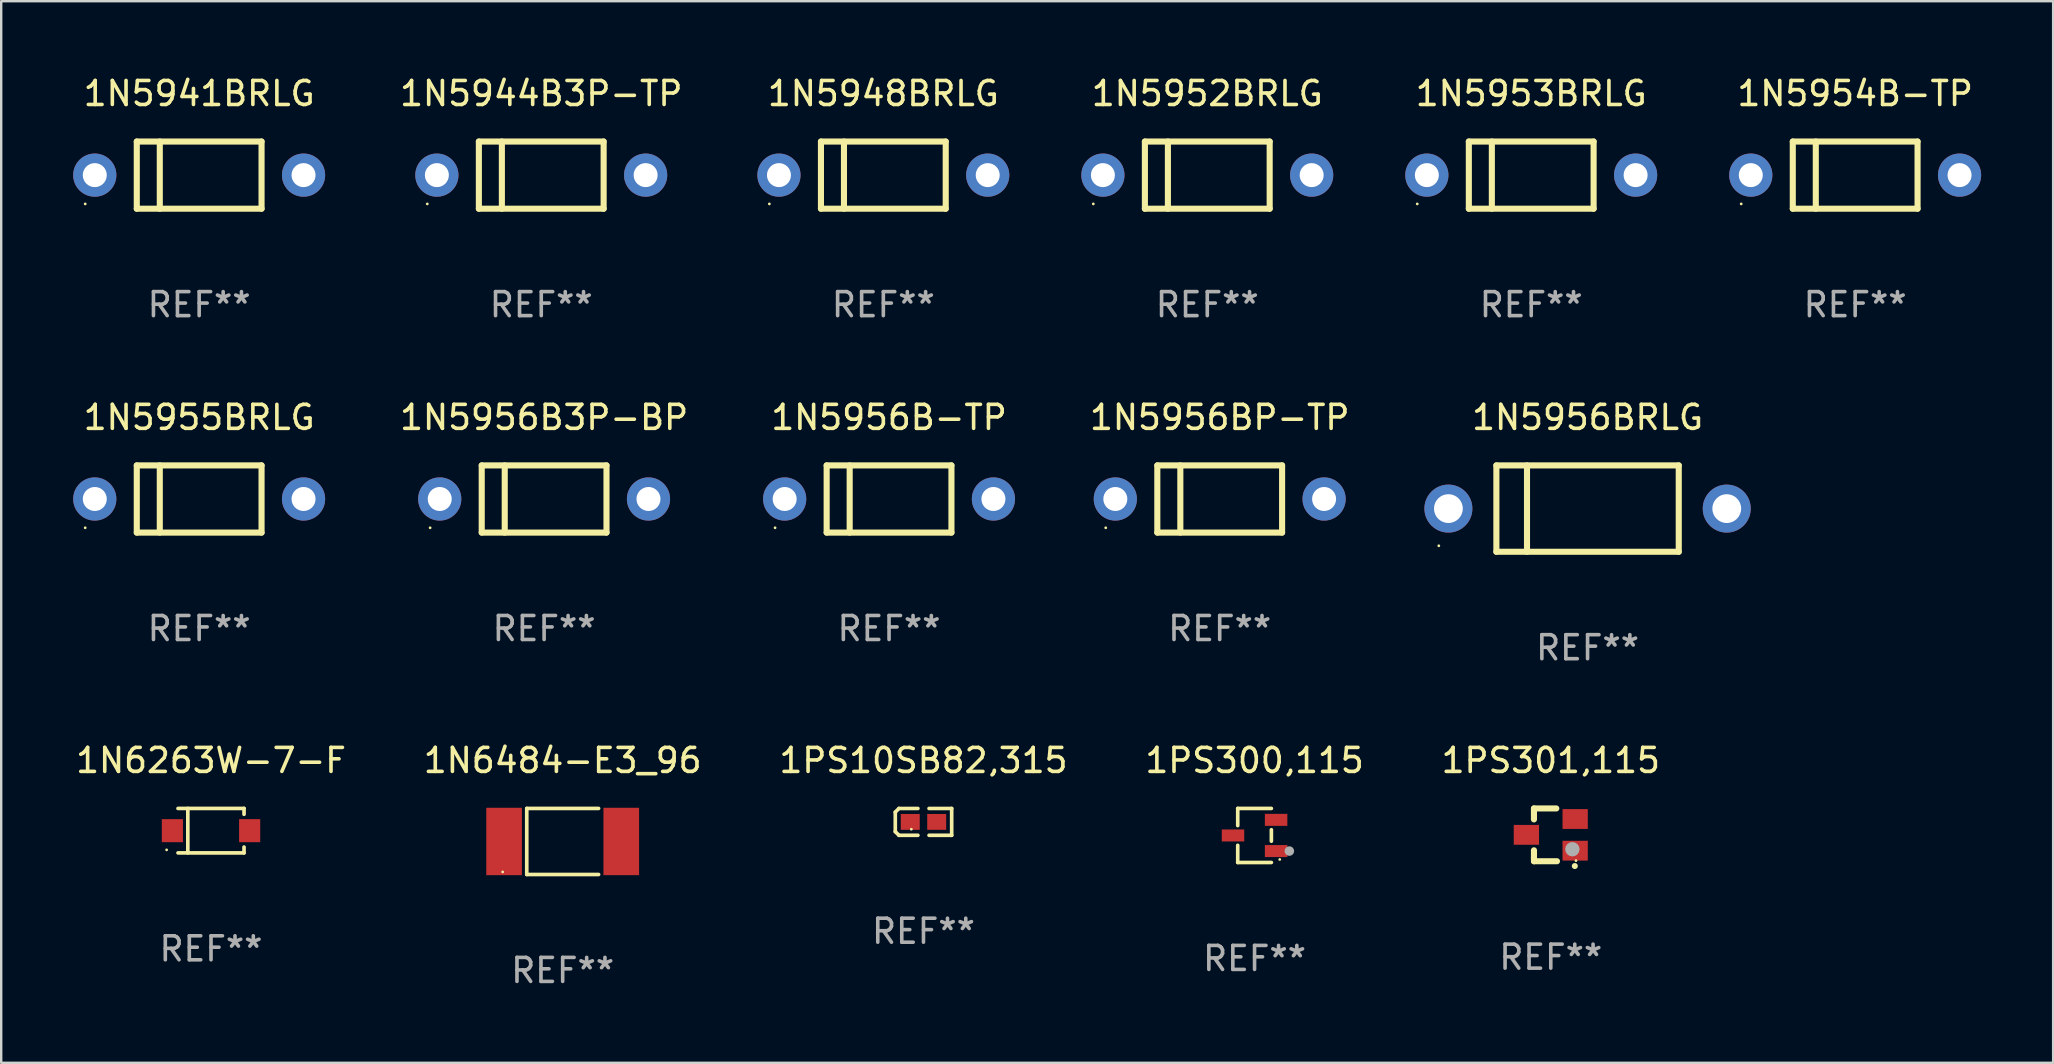
<source format=kicad_pcb>
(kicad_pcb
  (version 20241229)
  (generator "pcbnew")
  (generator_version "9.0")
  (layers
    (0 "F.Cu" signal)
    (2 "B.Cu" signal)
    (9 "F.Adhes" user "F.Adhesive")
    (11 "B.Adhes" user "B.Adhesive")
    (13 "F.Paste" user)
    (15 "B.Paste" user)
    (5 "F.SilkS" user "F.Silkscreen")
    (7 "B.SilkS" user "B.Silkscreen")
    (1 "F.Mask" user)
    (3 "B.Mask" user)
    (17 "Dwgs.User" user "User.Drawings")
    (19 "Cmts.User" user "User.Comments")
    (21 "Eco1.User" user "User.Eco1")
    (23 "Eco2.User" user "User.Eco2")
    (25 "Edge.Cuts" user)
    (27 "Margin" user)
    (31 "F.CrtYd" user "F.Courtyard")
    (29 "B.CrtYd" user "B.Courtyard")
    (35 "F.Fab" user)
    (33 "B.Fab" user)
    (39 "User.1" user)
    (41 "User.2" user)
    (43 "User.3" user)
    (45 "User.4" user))
  (footprint "1N6484-E3_96"
    (layer "F.Cu")
    (at 20.399 32.017)
    (property "Reference" "1N6484-E3_96" (at 0 -3.376 0) (layer "F.SilkS") (effects (font (size 1 1) (thickness 0.15))))
    (attr through_hole)
    (fp_line (start -1.497 -1.376) (end -1.497 1.376) (stroke (width 0.152) (type solid)) (layer "F.SilkS"))
    (fp_line (start -1.497 -1.376) (end 1.497 -1.376) (stroke (width 0.152) (type solid)) (layer "F.SilkS"))
    (fp_line (start -1.497 1.376) (end 1.497 1.376) (stroke (width 0.152) (type solid)) (layer "F.SilkS"))
    (fp_circle (center -2.5 1.27) (end -2.47 1.27) (stroke (width 0.06) (type solid)) (fill no) (layer "F.SilkS"))
    (fp_text user "REF**" (at 0 5.376 0) (layer "F.Fab") (effects (font (size 1 1) (thickness 0.15))))
    (pad "1" smd rect (at -2.442 0 180) (size 1.485 2.808) (layers "F.Cu" "F.Mask" "F.Paste"))
    (pad "2" smd rect (at 2.442 0 180) (size 1.485 2.808) (layers "F.Cu" "F.Mask" "F.Paste")))
  (footprint "1N5956BP-TP"
    (layer "F.Cu")
    (at 47.78 17.745)
    (property "Reference" "1N5956BP-TP" (at 0 -3.4 0) (layer "F.SilkS") (effects (font (size 1 1) (thickness 0.15))))
    (attr through_hole)
    (fp_line (start -2.6 -1.4) (end -2.6 1.4) (stroke (width 0.254) (type solid)) (layer "F.SilkS"))
    (fp_line (start -2.6 -1.4) (end 2.6 -1.4) (stroke (width 0.254) (type solid)) (layer "F.SilkS"))
    (fp_line (start -2.6 1.4) (end 2.6 1.4) (stroke (width 0.254) (type solid)) (layer "F.SilkS"))
    (fp_line (start -1.641 -1.4) (end -1.641 1.4) (stroke (width 0.254) (type solid)) (layer "F.SilkS"))
    (fp_line (start 2.6 -1.4) (end 2.6 1.4) (stroke (width 0.254) (type solid)) (layer "F.SilkS"))
    (fp_circle (center -4.75 1.2) (end -4.72 1.2) (stroke (width 0.06) (type solid)) (fill no) (layer "F.SilkS"))
    (fp_text user "REF**" (at 0 5.4 0) (layer "F.Fab") (effects (font (size 1 1) (thickness 0.15))))
    (pad "1" thru_hole circle (at -4.35 0) (size 1.8 1.8) (drill 1) (layers "*.Cu" "*.Mask"))
    (pad "2" thru_hole circle (at 4.35 0) (size 1.8 1.8) (drill 1) (layers "*.Cu" "*.Mask")))
  (footprint "1N5956B3P-BP"
    (layer "F.Cu")
    (at 19.625 17.745)
    (property "Reference" "1N5956B3P-BP" (at 0 -3.4 0) (layer "F.SilkS") (effects (font (size 1 1) (thickness 0.15))))
    (attr through_hole)
    (fp_line (start -2.6 -1.4) (end -2.6 1.4) (stroke (width 0.254) (type solid)) (layer "F.SilkS"))
    (fp_line (start -2.6 -1.4) (end 2.6 -1.4) (stroke (width 0.254) (type solid)) (layer "F.SilkS"))
    (fp_line (start -2.6 1.4) (end 2.6 1.4) (stroke (width 0.254) (type solid)) (layer "F.SilkS"))
    (fp_line (start -1.641 -1.4) (end -1.641 1.4) (stroke (width 0.254) (type solid)) (layer "F.SilkS"))
    (fp_line (start 2.6 -1.4) (end 2.6 1.4) (stroke (width 0.254) (type solid)) (layer "F.SilkS"))
    (fp_circle (center -4.75 1.2) (end -4.72 1.2) (stroke (width 0.06) (type solid)) (fill no) (layer "F.SilkS"))
    (fp_text user "REF**" (at 0 5.4 0) (layer "F.Fab") (effects (font (size 1 1) (thickness 0.15))))
    (pad "1" thru_hole circle (at -4.35 0) (size 1.8 1.8) (drill 1) (layers "*.Cu" "*.Mask"))
    (pad "2" thru_hole circle (at 4.35 0) (size 1.8 1.8) (drill 1) (layers "*.Cu" "*.Mask")))
  (footprint "1N5956BRLG"
    (layer "F.Cu")
    (at 63.11 18.145)
    (property "Reference" "1N5956BRLG" (at 0 -3.8 0) (layer "F.SilkS") (effects (font (size 1 1) (thickness 0.15))))
    (attr through_hole)
    (fp_line (start -3.8 -1.8) (end -3.8 1.8) (stroke (width 0.254) (type solid)) (layer "F.SilkS"))
    (fp_line (start -3.8 -1.8) (end 3.8 -1.8) (stroke (width 0.254) (type solid)) (layer "F.SilkS"))
    (fp_line (start -3.8 1.8) (end 3.8 1.8) (stroke (width 0.254) (type solid)) (layer "F.SilkS"))
    (fp_line (start -2.524 -1.8) (end -2.524 1.8) (stroke (width 0.254) (type solid)) (layer "F.SilkS"))
    (fp_line (start 3.8 -1.8) (end 3.8 1.8) (stroke (width 0.254) (type solid)) (layer "F.SilkS"))
    (fp_circle (center -6.2 1.55) (end -6.17 1.55) (stroke (width 0.06) (type solid)) (fill no) (layer "F.SilkS"))
    (fp_text user "REF**" (at 0 5.8 0) (layer "F.Fab") (effects (font (size 1 1) (thickness 0.15))))
    (pad "1" thru_hole circle (at -5.8 0) (size 2 2) (drill 1.2) (layers "*.Cu" "*.Mask"))
    (pad "2" thru_hole circle (at 5.8 0) (size 2 2) (drill 1.2) (layers "*.Cu" "*.Mask")))
  (footprint "1N5955BRLG"
    (layer "F.Cu")
    (at 5.25 17.745)
    (property "Reference" "1N5955BRLG" (at 0 -3.4 0) (layer "F.SilkS") (effects (font (size 1 1) (thickness 0.15))))
    (attr through_hole)
    (fp_line (start -2.6 -1.4) (end -2.6 1.4) (stroke (width 0.254) (type solid)) (layer "F.SilkS"))
    (fp_line (start -2.6 -1.4) (end 2.6 -1.4) (stroke (width 0.254) (type solid)) (layer "F.SilkS"))
    (fp_line (start -2.6 1.4) (end 2.6 1.4) (stroke (width 0.254) (type solid)) (layer "F.SilkS"))
    (fp_line (start -1.641 -1.4) (end -1.641 1.4) (stroke (width 0.254) (type solid)) (layer "F.SilkS"))
    (fp_line (start 2.6 -1.4) (end 2.6 1.4) (stroke (width 0.254) (type solid)) (layer "F.SilkS"))
    (fp_circle (center -4.75 1.2) (end -4.72 1.2) (stroke (width 0.06) (type solid)) (fill no) (layer "F.SilkS"))
    (fp_text user "REF**" (at 0 5.4 0) (layer "F.Fab") (effects (font (size 1 1) (thickness 0.15))))
    (pad "1" thru_hole circle (at -4.35 0) (size 1.8 1.8) (drill 1) (layers "*.Cu" "*.Mask"))
    (pad "2" thru_hole circle (at 4.35 0) (size 1.8 1.8) (drill 1) (layers "*.Cu" "*.Mask")))
  (footprint "1PS301,115"
    (layer "F.Cu")
    (at 61.577 31.741)
    (property "Reference" "1PS301,115" (at 0 -3.1 0) (layer "F.SilkS") (effects (font (size 1 1) (thickness 0.15))))
    (attr through_hole)
    (fp_line (start -0.701 -0.95) (end -0.701 -1.1) (stroke (width 0.254) (type solid)) (layer "F.SilkS"))
    (fp_line (start -0.701 -0.644) (end -0.701 -0.95) (stroke (width 0.254) (type solid)) (layer "F.SilkS"))
    (fp_line (start -0.701 0.95) (end -0.701 0.644) (stroke (width 0.254) (type solid)) (layer "F.SilkS"))
    (fp_line (start -0.701 0.95) (end -0.701 1.1) (stroke (width 0.254) (type solid)) (layer "F.SilkS"))
    (fp_line (start -0.7 -1.1) (end 0.23 -1.1) (stroke (width 0.254) (type solid)) (layer "F.SilkS"))
    (fp_line (start -0.7 1.1) (end 0.258 1.1) (stroke (width 0.254) (type solid)) (layer "F.SilkS"))
    (fp_arc (start 1 1.3) (mid 1.00127 1.299994) (end 1.00254 1.3) (stroke (width 0.24892) (type solid)) (layer "F.SilkS"))
    (fp_circle (center 1.05 1.075) (end 1.08 1.075) (stroke (width 0.06) (type solid)) (fill no) (layer "F.SilkS"))
    (fp_circle (center 0.9 0.6) (end 1.05 0.6) (stroke (width 0.3) (type solid)) (fill no) (layer "F.Fab"))
    (fp_text user "REF**" (at 0 5.1 0) (layer "F.Fab") (effects (font (size 1 1) (thickness 0.15))))
    (pad "1" smd rect (at 1.016 0.66) (size 1.054 0.826) (layers "F.Cu" "F.Mask" "F.Paste"))
    (pad "2" smd rect (at 1.016 -0.66) (size 1.054 0.826) (layers "F.Cu" "F.Mask" "F.Paste"))
    (pad "3" smd rect (at -1.016 0) (size 1.054 0.826) (layers "F.Cu" "F.Mask" "F.Paste")))
  (footprint "1N5953BRLG"
    (layer "F.Cu")
    (at 60.762 4.248)
    (property "Reference" "1N5953BRLG" (at 0 -3.4 0) (layer "F.SilkS") (effects (font (size 1 1) (thickness 0.15))))
    (attr through_hole)
    (fp_line (start -2.6 -1.4) (end -2.6 1.4) (stroke (width 0.254) (type solid)) (layer "F.SilkS"))
    (fp_line (start -2.6 -1.4) (end 2.6 -1.4) (stroke (width 0.254) (type solid)) (layer "F.SilkS"))
    (fp_line (start -2.6 1.4) (end 2.6 1.4) (stroke (width 0.254) (type solid)) (layer "F.SilkS"))
    (fp_line (start -1.641 -1.4) (end -1.641 1.4) (stroke (width 0.254) (type solid)) (layer "F.SilkS"))
    (fp_line (start 2.6 -1.4) (end 2.6 1.4) (stroke (width 0.254) (type solid)) (layer "F.SilkS"))
    (fp_circle (center -4.75 1.2) (end -4.72 1.2) (stroke (width 0.06) (type solid)) (fill no) (layer "F.SilkS"))
    (fp_text user "REF**" (at 0 5.4 0) (layer "F.Fab") (effects (font (size 1 1) (thickness 0.15))))
    (pad "1" thru_hole circle (at -4.35 0) (size 1.8 1.8) (drill 1) (layers "*.Cu" "*.Mask"))
    (pad "2" thru_hole circle (at 4.35 0) (size 1.8 1.8) (drill 1) (layers "*.Cu" "*.Mask")))
  (footprint "1N5941BRLG"
    (layer "F.Cu")
    (at 5.25 4.248)
    (property "Reference" "1N5941BRLG" (at 0 -3.4 0) (layer "F.SilkS") (effects (font (size 1 1) (thickness 0.15))))
    (attr through_hole)
    (fp_line (start -2.6 -1.4) (end -2.6 1.4) (stroke (width 0.254) (type solid)) (layer "F.SilkS"))
    (fp_line (start -2.6 -1.4) (end 2.6 -1.4) (stroke (width 0.254) (type solid)) (layer "F.SilkS"))
    (fp_line (start -2.6 1.4) (end 2.6 1.4) (stroke (width 0.254) (type solid)) (layer "F.SilkS"))
    (fp_line (start -1.641 -1.4) (end -1.641 1.4) (stroke (width 0.254) (type solid)) (layer "F.SilkS"))
    (fp_line (start 2.6 -1.4) (end 2.6 1.4) (stroke (width 0.254) (type solid)) (layer "F.SilkS"))
    (fp_circle (center -4.75 1.2) (end -4.72 1.2) (stroke (width 0.06) (type solid)) (fill no) (layer "F.SilkS"))
    (fp_text user "REF**" (at 0 5.4 0) (layer "F.Fab") (effects (font (size 1 1) (thickness 0.15))))
    (pad "1" thru_hole circle (at -4.35 0) (size 1.8 1.8) (drill 1) (layers "*.Cu" "*.Mask"))
    (pad "2" thru_hole circle (at 4.35 0) (size 1.8 1.8) (drill 1) (layers "*.Cu" "*.Mask")))
  (footprint "1N5948BRLG"
    (layer "F.Cu")
    (at 33.762 4.248)
    (property "Reference" "1N5948BRLG" (at 0 -3.4 0) (layer "F.SilkS") (effects (font (size 1 1) (thickness 0.15))))
    (attr through_hole)
    (fp_line (start -2.6 -1.4) (end -2.6 1.4) (stroke (width 0.254) (type solid)) (layer "F.SilkS"))
    (fp_line (start -2.6 -1.4) (end 2.6 -1.4) (stroke (width 0.254) (type solid)) (layer "F.SilkS"))
    (fp_line (start -2.6 1.4) (end 2.6 1.4) (stroke (width 0.254) (type solid)) (layer "F.SilkS"))
    (fp_line (start -1.641 -1.4) (end -1.641 1.4) (stroke (width 0.254) (type solid)) (layer "F.SilkS"))
    (fp_line (start 2.6 -1.4) (end 2.6 1.4) (stroke (width 0.254) (type solid)) (layer "F.SilkS"))
    (fp_circle (center -4.75 1.2) (end -4.72 1.2) (stroke (width 0.06) (type solid)) (fill no) (layer "F.SilkS"))
    (fp_text user "REF**" (at 0 5.4 0) (layer "F.Fab") (effects (font (size 1 1) (thickness 0.15))))
    (pad "1" thru_hole circle (at -4.35 0) (size 1.8 1.8) (drill 1) (layers "*.Cu" "*.Mask"))
    (pad "2" thru_hole circle (at 4.35 0) (size 1.8 1.8) (drill 1) (layers "*.Cu" "*.Mask")))
  (footprint "1N5952BRLG"
    (layer "F.Cu")
    (at 47.262 4.248)
    (property "Reference" "1N5952BRLG" (at 0 -3.4 0) (layer "F.SilkS") (effects (font (size 1 1) (thickness 0.15))))
    (attr through_hole)
    (fp_line (start -2.6 -1.4) (end -2.6 1.4) (stroke (width 0.254) (type solid)) (layer "F.SilkS"))
    (fp_line (start -2.6 -1.4) (end 2.6 -1.4) (stroke (width 0.254) (type solid)) (layer "F.SilkS"))
    (fp_line (start -2.6 1.4) (end 2.6 1.4) (stroke (width 0.254) (type solid)) (layer "F.SilkS"))
    (fp_line (start -1.641 -1.4) (end -1.641 1.4) (stroke (width 0.254) (type solid)) (layer "F.SilkS"))
    (fp_line (start 2.6 -1.4) (end 2.6 1.4) (stroke (width 0.254) (type solid)) (layer "F.SilkS"))
    (fp_circle (center -4.75 1.2) (end -4.72 1.2) (stroke (width 0.06) (type solid)) (fill no) (layer "F.SilkS"))
    (fp_text user "REF**" (at 0 5.4 0) (layer "F.Fab") (effects (font (size 1 1) (thickness 0.15))))
    (pad "1" thru_hole circle (at -4.35 0) (size 1.8 1.8) (drill 1) (layers "*.Cu" "*.Mask"))
    (pad "2" thru_hole circle (at 4.35 0) (size 1.8 1.8) (drill 1) (layers "*.Cu" "*.Mask")))
  (footprint "1N6263W-7-F"
    (layer "F.Cu")
    (at 5.744 31.567)
    (property "Reference" "1N6263W-7-F" (at 0 -2.926 0) (layer "F.SilkS") (effects (font (size 1 1) (thickness 0.15))))
    (attr through_hole)
    (fp_line (start -1.376 -0.926) (end 1.376 -0.926) (stroke (width 0.152) (type solid)) (layer "F.SilkS"))
    (fp_line (start -1.376 0.926) (end 1.376 0.926) (stroke (width 0.152) (type solid)) (layer "F.SilkS"))
    (fp_line (start -0.967 -0.926) (end -0.967 0.926) (stroke (width 0.152) (type solid)) (layer "F.SilkS"))
    (fp_line (start 1.376 -0.926) (end 1.376 -0.683) (stroke (width 0.152) (type solid)) (layer "F.SilkS"))
    (fp_line (start 1.376 0.926) (end 1.376 0.683) (stroke (width 0.152) (type solid)) (layer "F.SilkS"))
    (fp_circle (center -1.85 0.8) (end -1.82 0.8) (stroke (width 0.06) (type solid)) (fill no) (layer "F.SilkS"))
    (fp_text user "REF**" (at 0 4.926 0) (layer "F.Fab") (effects (font (size 1 1) (thickness 0.15))))
    (pad "1" smd rect (at -1.61 0) (size 0.88 0.96) (layers "F.Cu" "F.Mask" "F.Paste"))
    (pad "2" smd rect (at 1.61 0) (size 0.88 0.96) (layers "F.Cu" "F.Mask" "F.Paste")))
  (footprint "1PS300,115"
    (layer "F.Cu")
    (at 49.232 31.767)
    (property "Reference" "1PS300,115" (at 0 -3.126 0) (layer "F.SilkS") (effects (font (size 1 1) (thickness 0.15))))
    (attr through_hole)
    (fp_line (start -0.701 -1.126) (end -0.701 -0.411) (stroke (width 0.152) (type solid)) (layer "F.SilkS"))
    (fp_line (start -0.701 1.126) (end -0.701 0.411) (stroke (width 0.152) (type solid)) (layer "F.SilkS"))
    (fp_line (start 0.701 -1.126) (end -0.701 -1.126) (stroke (width 0.152) (type solid)) (layer "F.SilkS"))
    (fp_line (start 0.701 -0.239) (end 0.701 0.239) (stroke (width 0.152) (type solid)) (layer "F.SilkS"))
    (fp_line (start 0.701 1.126) (end -0.701 1.126) (stroke (width 0.152) (type solid)) (layer "F.SilkS"))
    (fp_circle (center 1.05 1) (end 1.08 1) (stroke (width 0.06) (type solid)) (fill no) (layer "F.SilkS"))
    (fp_circle (center 1.45 0.65) (end 1.55 0.65) (stroke (width 0.2) (type solid)) (fill no) (layer "F.Fab"))
    (fp_text user "REF**" (at 0 5.126 0) (layer "F.Fab") (effects (font (size 1 1) (thickness 0.15))))
    (pad "1" smd rect (at 0.898 0.65) (size 0.936 0.5) (layers "F.Cu" "F.Mask" "F.Paste"))
    (pad "2" smd rect (at 0.898 -0.65) (size 0.936 0.5) (layers "F.Cu" "F.Mask" "F.Paste"))
    (pad "3" smd rect (at -0.898 0) (size 0.936 0.5) (layers "F.Cu" "F.Mask" "F.Paste")))
  (footprint "1PS10SB82,315"
    (layer "F.Cu")
    (at 35.435 31.201)
    (property "Reference" "1PS10SB82,315" (at 0 -2.559 0) (layer "F.SilkS") (effects (font (size 1 1) (thickness 0.15))))
    (attr through_hole)
    (fp_line (start -1.175 -0.407) (end -1.023 -0.559) (stroke (width 0.152) (type solid)) (layer "F.SilkS"))
    (fp_line (start -1.175 0.407) (end -1.175 -0.407) (stroke (width 0.152) (type solid)) (layer "F.SilkS"))
    (fp_line (start -1.023 -0.559) (end -0.232 -0.559) (stroke (width 0.152) (type solid)) (layer "F.SilkS"))
    (fp_line (start -1.023 0.559) (end -1.175 0.407) (stroke (width 0.152) (type solid)) (layer "F.SilkS"))
    (fp_line (start -0.232 0.559) (end -1.023 0.559) (stroke (width 0.152) (type solid)) (layer "F.SilkS"))
    (fp_line (start 0.232 0.559) (end 1.175 0.559) (stroke (width 0.152) (type solid)) (layer "F.SilkS"))
    (fp_line (start 1.175 -0.559) (end 0.232 -0.559) (stroke (width 0.152) (type solid)) (layer "F.SilkS"))
    (fp_line (start 1.175 0.559) (end 1.175 -0.559) (stroke (width 0.152) (type solid)) (layer "F.SilkS"))
    (fp_circle (center -0.506 0.306) (end -0.476 0.306) (stroke (width 0.06) (type solid)) (fill no) (layer "F.SilkS"))
    (fp_text user "REF**" (at 0 4.559 0) (layer "F.Fab") (effects (font (size 1 1) (thickness 0.15))))
    (pad "1" smd rect (at -0.551 0) (size 0.79 0.661) (layers "F.Cu" "F.Mask" "F.Paste"))
    (pad "2" smd rect (at 0.551 0) (size 0.79 0.661) (layers "F.Cu" "F.Mask" "F.Paste")))
  (footprint "1N5944B3P-TP"
    (layer "F.Cu")
    (at 19.506 4.248)
    (property "Reference" "1N5944B3P-TP" (at 0 -3.4 0) (layer "F.SilkS") (effects (font (size 1 1) (thickness 0.15))))
    (attr through_hole)
    (fp_line (start -2.6 -1.4) (end -2.6 1.4) (stroke (width 0.254) (type solid)) (layer "F.SilkS"))
    (fp_line (start -2.6 -1.4) (end 2.6 -1.4) (stroke (width 0.254) (type solid)) (layer "F.SilkS"))
    (fp_line (start -2.6 1.4) (end 2.6 1.4) (stroke (width 0.254) (type solid)) (layer "F.SilkS"))
    (fp_line (start -1.641 -1.4) (end -1.641 1.4) (stroke (width 0.254) (type solid)) (layer "F.SilkS"))
    (fp_line (start 2.6 -1.4) (end 2.6 1.4) (stroke (width 0.254) (type solid)) (layer "F.SilkS"))
    (fp_circle (center -4.75 1.2) (end -4.72 1.2) (stroke (width 0.06) (type solid)) (fill no) (layer "F.SilkS"))
    (fp_text user "REF**" (at 0 5.4 0) (layer "F.Fab") (effects (font (size 1 1) (thickness 0.15))))
    (pad "1" thru_hole circle (at -4.35 0) (size 1.8 1.8) (drill 1) (layers "*.Cu" "*.Mask"))
    (pad "2" thru_hole circle (at 4.35 0) (size 1.8 1.8) (drill 1) (layers "*.Cu" "*.Mask")))
  (footprint "1N5954B-TP"
    (layer "F.Cu")
    (at 74.262 4.248)
    (property "Reference" "1N5954B-TP" (at 0 -3.4 0) (layer "F.SilkS") (effects (font (size 1 1) (thickness 0.15))))
    (attr through_hole)
    (fp_line (start -2.6 -1.4) (end -2.6 1.4) (stroke (width 0.254) (type solid)) (layer "F.SilkS"))
    (fp_line (start -2.6 -1.4) (end 2.6 -1.4) (stroke (width 0.254) (type solid)) (layer "F.SilkS"))
    (fp_line (start -2.6 1.4) (end 2.6 1.4) (stroke (width 0.254) (type solid)) (layer "F.SilkS"))
    (fp_line (start -1.641 -1.4) (end -1.641 1.4) (stroke (width 0.254) (type solid)) (layer "F.SilkS"))
    (fp_line (start 2.6 -1.4) (end 2.6 1.4) (stroke (width 0.254) (type solid)) (layer "F.SilkS"))
    (fp_circle (center -4.75 1.2) (end -4.72 1.2) (stroke (width 0.06) (type solid)) (fill no) (layer "F.SilkS"))
    (fp_text user "REF**" (at 0 5.4 0) (layer "F.Fab") (effects (font (size 1 1) (thickness 0.15))))
    (pad "1" thru_hole circle (at -4.35 0) (size 1.8 1.8) (drill 1) (layers "*.Cu" "*.Mask"))
    (pad "2" thru_hole circle (at 4.35 0) (size 1.8 1.8) (drill 1) (layers "*.Cu" "*.Mask")))
  (footprint "1N5956B-TP"
    (layer "F.Cu")
    (at 34 17.745)
    (property "Reference" "1N5956B-TP" (at 0 -3.4 0) (layer "F.SilkS") (effects (font (size 1 1) (thickness 0.15))))
    (attr through_hole)
    (fp_line (start -2.6 -1.4) (end -2.6 1.4) (stroke (width 0.254) (type solid)) (layer "F.SilkS"))
    (fp_line (start -2.6 -1.4) (end 2.6 -1.4) (stroke (width 0.254) (type solid)) (layer "F.SilkS"))
    (fp_line (start -2.6 1.4) (end 2.6 1.4) (stroke (width 0.254) (type solid)) (layer "F.SilkS"))
    (fp_line (start -1.641 -1.4) (end -1.641 1.4) (stroke (width 0.254) (type solid)) (layer "F.SilkS"))
    (fp_line (start 2.6 -1.4) (end 2.6 1.4) (stroke (width 0.254) (type solid)) (layer "F.SilkS"))
    (fp_circle (center -4.75 1.2) (end -4.72 1.2) (stroke (width 0.06) (type solid)) (fill no) (layer "F.SilkS"))
    (fp_text user "REF**" (at 0 5.4 0) (layer "F.Fab") (effects (font (size 1 1) (thickness 0.15))))
    (pad "1" thru_hole circle (at -4.35 0) (size 1.8 1.8) (drill 1) (layers "*.Cu" "*.Mask"))
    (pad "2" thru_hole circle (at 4.35 0) (size 1.8 1.8) (drill 1) (layers "*.Cu" "*.Mask")))
  (gr_rect
    (start -3 -3)
    (end 82.512 41.242)
    (stroke (width 0.1) (type default))
    (fill no)
    (layer "Edge.Cuts")))
</source>
